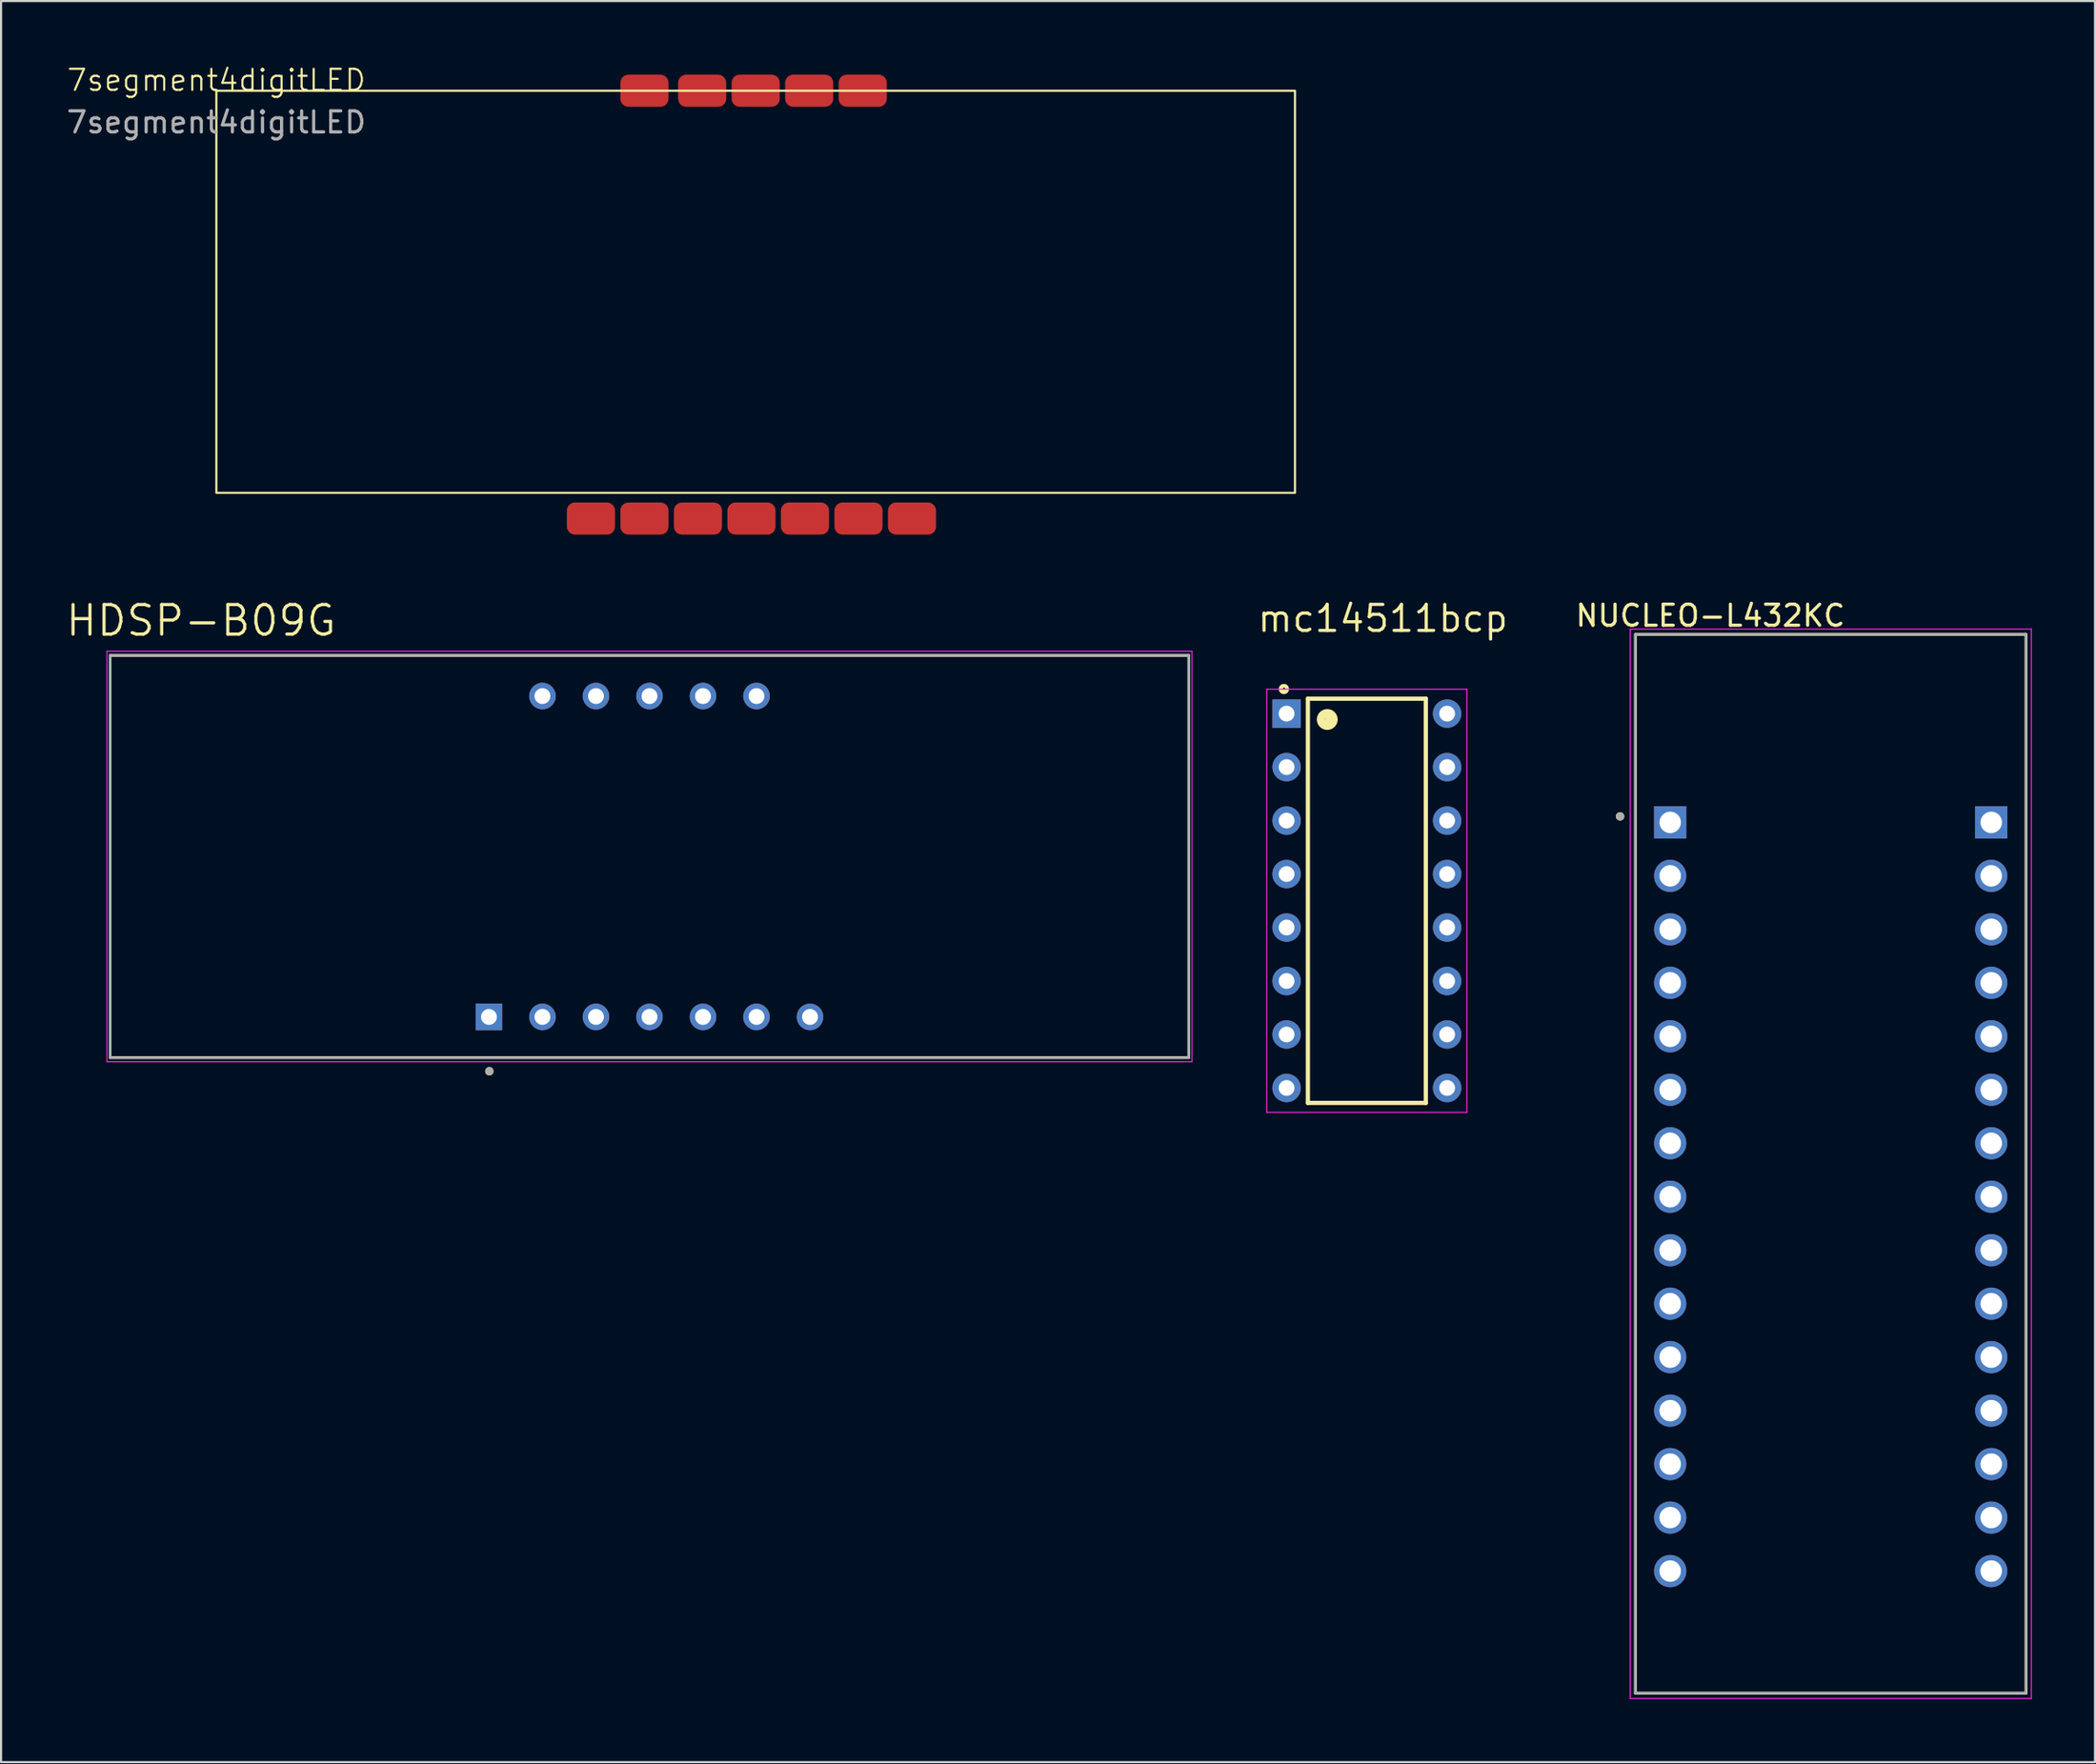
<source format=kicad_pcb>
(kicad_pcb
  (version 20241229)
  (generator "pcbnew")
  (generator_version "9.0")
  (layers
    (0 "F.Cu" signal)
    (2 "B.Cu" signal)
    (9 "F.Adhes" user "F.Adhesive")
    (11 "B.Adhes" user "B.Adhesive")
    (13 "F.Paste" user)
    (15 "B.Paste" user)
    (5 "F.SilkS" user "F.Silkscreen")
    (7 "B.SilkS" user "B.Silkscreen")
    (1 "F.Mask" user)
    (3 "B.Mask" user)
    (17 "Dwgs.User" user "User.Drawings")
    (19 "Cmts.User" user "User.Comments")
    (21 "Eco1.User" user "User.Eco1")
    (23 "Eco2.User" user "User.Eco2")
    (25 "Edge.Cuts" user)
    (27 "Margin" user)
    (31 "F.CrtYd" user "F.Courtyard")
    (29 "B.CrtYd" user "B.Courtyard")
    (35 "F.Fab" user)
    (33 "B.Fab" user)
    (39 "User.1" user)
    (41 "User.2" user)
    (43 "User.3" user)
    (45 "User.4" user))
  (footprint "HDSP-B09G"
    (layer "F.Cu")
    (at 27.779 37.631)
    (property "Reference" "HDSP-B09G" (at -21.285 -11.205 0) (layer "F.SilkS") (effects (font (size 1.402 1.402) (thickness 0.15))))
    (attr through_hole)
    (fp_line (start -25.6 -9.55) (end 25.6 -9.55) (stroke (width 0.127) (type solid)) (layer "F.SilkS"))
    (fp_line (start -25.6 9.55) (end -25.6 -9.55) (stroke (width 0.127) (type solid)) (layer "F.SilkS"))
    (fp_line (start 25.6 -9.55) (end 25.6 9.55) (stroke (width 0.127) (type solid)) (layer "F.SilkS"))
    (fp_line (start 25.6 9.55) (end -25.6 9.55) (stroke (width 0.127) (type solid)) (layer "F.SilkS"))
    (fp_circle (center -7.6 10.2) (end -7.5 10.2) (stroke (width 0.2) (type solid)) (fill no) (layer "F.SilkS"))
    (fp_line (start -25.75 -9.75) (end 25.75 -9.75) (stroke (width 0.05) (type solid)) (layer "F.CrtYd"))
    (fp_line (start -25.75 9.75) (end -25.75 -9.75) (stroke (width 0.05) (type solid)) (layer "F.CrtYd"))
    (fp_line (start 25.75 -9.75) (end 25.75 9.75) (stroke (width 0.05) (type solid)) (layer "F.CrtYd"))
    (fp_line (start 25.75 9.75) (end -25.75 9.75) (stroke (width 0.05) (type solid)) (layer "F.CrtYd"))
    (fp_line (start -25.6 -9.55) (end 25.6 -9.55) (stroke (width 0.127) (type solid)) (layer "F.Fab"))
    (fp_line (start -25.6 9.55) (end -25.6 -9.55) (stroke (width 0.127) (type solid)) (layer "F.Fab"))
    (fp_line (start 25.6 -9.55) (end 25.6 9.55) (stroke (width 0.127) (type solid)) (layer "F.Fab"))
    (fp_line (start 25.6 9.55) (end -25.6 9.55) (stroke (width 0.127) (type solid)) (layer "F.Fab"))
    (fp_circle (center -7.6 10.2) (end -7.5 10.2) (stroke (width 0.2) (type solid)) (fill no) (layer "F.Fab"))
    (pad "1" thru_hole rect (at -7.62 7.62) (size 1.262 1.262) (drill 0.754) (layers "*.Cu" "*.Mask"))
    (pad "2" thru_hole circle (at -5.08 7.62) (size 1.262 1.262) (drill 0.754) (layers "*.Cu" "*.Mask"))
    (pad "3" thru_hole circle (at -2.54 7.62) (size 1.262 1.262) (drill 0.754) (layers "*.Cu" "*.Mask"))
    (pad "4" thru_hole circle (at 0 7.62) (size 1.262 1.262) (drill 0.754) (layers "*.Cu" "*.Mask"))
    (pad "5" thru_hole circle (at 2.54 7.62) (size 1.262 1.262) (drill 0.754) (layers "*.Cu" "*.Mask"))
    (pad "6" thru_hole circle (at 5.08 7.62) (size 1.262 1.262) (drill 0.754) (layers "*.Cu" "*.Mask"))
    (pad "7" thru_hole circle (at 7.62 7.62) (size 1.262 1.262) (drill 0.754) (layers "*.Cu" "*.Mask"))
    (pad "8" thru_hole circle (at 5.08 -7.62) (size 1.262 1.262) (drill 0.754) (layers "*.Cu" "*.Mask"))
    (pad "9" thru_hole circle (at 2.54 -7.62) (size 1.262 1.262) (drill 0.754) (layers "*.Cu" "*.Mask"))
    (pad "10" thru_hole circle (at 0 -7.62) (size 1.262 1.262) (drill 0.754) (layers "*.Cu" "*.Mask"))
    (pad "11" thru_hole circle (at -2.54 -7.62) (size 1.262 1.262) (drill 0.754) (layers "*.Cu" "*.Mask"))
    (pad "12" thru_hole circle (at -5.08 -7.62) (size 1.262 1.262) (drill 0.754) (layers "*.Cu" "*.Mask")))
  (footprint "NUCLEO-L432KC"
    (layer "F.Cu")
    (at 83.85 52.226)
    (property "Reference" "NUCLEO-L432KC" (at -5.715 -26.035 0) (layer "F.SilkS") (effects (font (size 1 1) (thickness 0.15))))
    (attr through_hole)
    (fp_line (start -9.27 -25.145) (end 9.27 -25.145) (stroke (width 0.127) (type solid)) (layer "F.SilkS"))
    (fp_line (start -9.27 25.145) (end -9.27 -25.145) (stroke (width 0.127) (type solid)) (layer "F.SilkS"))
    (fp_line (start 9.27 -25.145) (end 9.27 25.145) (stroke (width 0.127) (type solid)) (layer "F.SilkS"))
    (fp_line (start 9.27 25.145) (end -9.27 25.145) (stroke (width 0.127) (type solid)) (layer "F.SilkS"))
    (fp_circle (center -10 -16.5) (end -9.9 -16.5) (stroke (width 0.2) (type solid)) (fill no) (layer "F.SilkS"))
    (fp_line (start -9.52 -25.395) (end 9.52 -25.395) (stroke (width 0.05) (type solid)) (layer "F.CrtYd"))
    (fp_line (start -9.52 25.395) (end -9.52 -25.395) (stroke (width 0.05) (type solid)) (layer "F.CrtYd"))
    (fp_line (start 9.52 -25.395) (end 9.52 25.395) (stroke (width 0.05) (type solid)) (layer "F.CrtYd"))
    (fp_line (start 9.52 25.395) (end -9.52 25.395) (stroke (width 0.05) (type solid)) (layer "F.CrtYd"))
    (fp_line (start -9.27 -25.145) (end 9.27 -25.145) (stroke (width 0.127) (type solid)) (layer "F.Fab"))
    (fp_line (start -9.27 25.145) (end -9.27 -25.145) (stroke (width 0.127) (type solid)) (layer "F.Fab"))
    (fp_line (start 9.27 -25.145) (end 9.27 25.145) (stroke (width 0.127) (type solid)) (layer "F.Fab"))
    (fp_line (start 9.27 25.145) (end -9.27 25.145) (stroke (width 0.127) (type solid)) (layer "F.Fab"))
    (fp_circle (center -10 -16.5) (end -9.9 -16.5) (stroke (width 0.2) (type solid)) (fill no) (layer "F.Fab"))
    (pad "CN3_1" thru_hole rect (at -7.62 -16.215) (size 1.53 1.53) (drill 1.02) (layers "*.Cu" "*.Mask"))
    (pad "CN3_2" thru_hole circle (at -7.62 -13.675) (size 1.53 1.53) (drill 1.02) (layers "*.Cu" "*.Mask"))
    (pad "CN3_3" thru_hole circle (at -7.62 -11.135) (size 1.53 1.53) (drill 1.02) (layers "*.Cu" "*.Mask"))
    (pad "CN3_4" thru_hole circle (at -7.62 -8.595) (size 1.53 1.53) (drill 1.02) (layers "*.Cu" "*.Mask"))
    (pad "CN3_5" thru_hole circle (at -7.62 -6.055) (size 1.53 1.53) (drill 1.02) (layers "*.Cu" "*.Mask"))
    (pad "CN3_6" thru_hole circle (at -7.62 -3.515) (size 1.53 1.53) (drill 1.02) (layers "*.Cu" "*.Mask"))
    (pad "CN3_7" thru_hole circle (at -7.62 -0.975) (size 1.53 1.53) (drill 1.02) (layers "*.Cu" "*.Mask"))
    (pad "CN3_8" thru_hole circle (at -7.62 1.565) (size 1.53 1.53) (drill 1.02) (layers "*.Cu" "*.Mask"))
    (pad "CN3_9" thru_hole circle (at -7.62 4.105) (size 1.53 1.53) (drill 1.02) (layers "*.Cu" "*.Mask"))
    (pad "CN3_10" thru_hole circle (at -7.62 6.645) (size 1.53 1.53) (drill 1.02) (layers "*.Cu" "*.Mask"))
    (pad "CN3_11" thru_hole circle (at -7.62 9.185) (size 1.53 1.53) (drill 1.02) (layers "*.Cu" "*.Mask"))
    (pad "CN3_12" thru_hole circle (at -7.62 11.725) (size 1.53 1.53) (drill 1.02) (layers "*.Cu" "*.Mask"))
    (pad "CN3_13" thru_hole circle (at -7.62 14.265) (size 1.53 1.53) (drill 1.02) (layers "*.Cu" "*.Mask"))
    (pad "CN3_14" thru_hole circle (at -7.62 16.805) (size 1.53 1.53) (drill 1.02) (layers "*.Cu" "*.Mask"))
    (pad "CN3_15" thru_hole circle (at -7.62 19.345) (size 1.53 1.53) (drill 1.02) (layers "*.Cu" "*.Mask"))
    (pad "CN4_1" thru_hole rect (at 7.62 -16.215) (size 1.53 1.53) (drill 1.02) (layers "*.Cu" "*.Mask"))
    (pad "CN4_2" thru_hole circle (at 7.62 -13.675) (size 1.53 1.53) (drill 1.02) (layers "*.Cu" "*.Mask"))
    (pad "CN4_3" thru_hole circle (at 7.62 -11.135) (size 1.53 1.53) (drill 1.02) (layers "*.Cu" "*.Mask"))
    (pad "CN4_4" thru_hole circle (at 7.62 -8.595) (size 1.53 1.53) (drill 1.02) (layers "*.Cu" "*.Mask"))
    (pad "CN4_5" thru_hole circle (at 7.62 -6.055) (size 1.53 1.53) (drill 1.02) (layers "*.Cu" "*.Mask"))
    (pad "CN4_6" thru_hole circle (at 7.62 -3.515) (size 1.53 1.53) (drill 1.02) (layers "*.Cu" "*.Mask"))
    (pad "CN4_7" thru_hole circle (at 7.62 -0.975) (size 1.53 1.53) (drill 1.02) (layers "*.Cu" "*.Mask"))
    (pad "CN4_8" thru_hole circle (at 7.62 1.565) (size 1.53 1.53) (drill 1.02) (layers "*.Cu" "*.Mask"))
    (pad "CN4_9" thru_hole circle (at 7.62 4.105) (size 1.53 1.53) (drill 1.02) (layers "*.Cu" "*.Mask"))
    (pad "CN4_10" thru_hole circle (at 7.62 6.645) (size 1.53 1.53) (drill 1.02) (layers "*.Cu" "*.Mask"))
    (pad "CN4_11" thru_hole circle (at 7.62 9.185) (size 1.53 1.53) (drill 1.02) (layers "*.Cu" "*.Mask"))
    (pad "CN4_12" thru_hole circle (at 7.62 11.725) (size 1.53 1.53) (drill 1.02) (layers "*.Cu" "*.Mask"))
    (pad "CN4_13" thru_hole circle (at 7.62 14.265) (size 1.53 1.53) (drill 1.02) (layers "*.Cu" "*.Mask"))
    (pad "CN4_14" thru_hole circle (at 7.62 16.805) (size 1.53 1.53) (drill 1.02) (layers "*.Cu" "*.Mask"))
    (pad "CN4_15" thru_hole circle (at 7.62 19.345) (size 1.53 1.53) (drill 1.02) (layers "*.Cu" "*.Mask")))
  (footprint "7segment4digitLED"
    (layer "F.Cu")
    (at 7.22 1.26)
    (property "Reference" "7segment4digitLED" (at 0 -0.5 0) (unlocked yes) (layer "F.SilkS") (effects (font (size 1 1) (thickness 0.1))))
    (attr smd)
    (fp_rect (start 0 0) (end 51.2 19.1) (stroke (width 0.1) (type default)) (fill no) (layer "F.SilkS"))
    (fp_text user "${REFERENCE}" (at 0 1.5 0) (unlocked yes) (layer "F.Fab") (effects (font (size 1 1) (thickness 0.15))))
    (pad "1" smd roundrect (at 17.78 20.32) (size 2.286 1.524) (layers "F.Cu" "F.Mask" "F.Paste") (roundrect_rratio 0.25))
    (pad "2" smd roundrect (at 20.32 20.32) (size 2.286 1.524) (layers "F.Cu" "F.Mask" "F.Paste") (roundrect_rratio 0.25))
    (pad "3" smd roundrect (at 22.86 20.32) (size 2.286 1.524) (layers "F.Cu" "F.Mask" "F.Paste") (roundrect_rratio 0.25))
    (pad "4" smd roundrect (at 25.4 20.32) (size 2.286 1.524) (layers "F.Cu" "F.Mask" "F.Paste") (roundrect_rratio 0.25))
    (pad "5" smd roundrect (at 27.94 20.32) (size 2.286 1.524) (layers "F.Cu" "F.Mask" "F.Paste") (roundrect_rratio 0.25))
    (pad "6" smd roundrect (at 30.48 20.32) (size 2.286 1.524) (layers "F.Cu" "F.Mask" "F.Paste") (roundrect_rratio 0.25))
    (pad "7" smd roundrect (at 33.02 20.32) (size 2.286 1.524) (layers "F.Cu" "F.Mask" "F.Paste") (roundrect_rratio 0.25))
    (pad "8" smd roundrect (at 30.68 0) (size 2.286 1.524) (layers "F.Cu" "F.Mask" "F.Paste") (roundrect_rratio 0.25))
    (pad "9" smd roundrect (at 28.14 0) (size 2.286 1.524) (layers "F.Cu" "F.Mask" "F.Paste") (roundrect_rratio 0.25))
    (pad "10" smd roundrect (at 25.6 0) (size 2.286 1.524) (layers "F.Cu" "F.Mask" "F.Paste") (roundrect_rratio 0.25))
    (pad "11" smd roundrect (at 23.06 0) (size 2.286 1.524) (layers "F.Cu" "F.Mask" "F.Paste") (roundrect_rratio 0.25))
    (pad "12" smd roundrect (at 20.32 0) (size 2.286 1.524) (layers "F.Cu" "F.Mask" "F.Paste") (roundrect_rratio 0.25)))
  (footprint "mc14511bcp"
    (layer "F.Cu")
    (at 61.831 39.735)
    (property "Reference" "mc14511bcp" (at 0.761 -13.407 0) (layer "F.SilkS") (effects (font (size 1.234 1.234) (thickness 0.15))))
    (attr through_hole)
    (fp_line (start -2.8 -9.6) (end 2.8 -9.6) (stroke (width 0.2) (type solid)) (layer "F.SilkS"))
    (fp_line (start -2.8 9.6) (end -2.8 -9.6) (stroke (width 0.2) (type solid)) (layer "F.SilkS"))
    (fp_line (start 2.8 -9.6) (end 2.8 9.6) (stroke (width 0.2) (type solid)) (layer "F.SilkS"))
    (fp_line (start 2.8 9.6) (end -2.8 9.6) (stroke (width 0.2) (type solid)) (layer "F.SilkS"))
    (fp_circle (center -3.937 -10.084) (end -3.88 -10.084) (stroke (width 0.127) (type solid)) (fill no) (layer "F.SilkS"))
    (fp_circle (center -3.937 -10.084) (end -3.823 -10.084) (stroke (width 0.127) (type solid)) (fill no) (layer "F.SilkS"))
    (fp_circle (center -3.937 -10.058) (end -3.757 -10.058) (stroke (width 0.127) (type solid)) (fill no) (layer "F.SilkS"))
    (fp_circle (center -1.981 -8.585) (end -1.838 -8.585) (stroke (width 0.127) (type solid)) (fill no) (layer "F.SilkS"))
    (fp_circle (center -1.956 -8.712) (end -1.808 -8.712) (stroke (width 0.127) (type solid)) (fill no) (layer "F.SilkS"))
    (fp_circle (center -1.88 -8.611) (end -1.7 -8.611) (stroke (width 0.127) (type solid)) (fill no) (layer "F.SilkS"))
    (fp_circle (center -1.88 -8.611) (end -1.61 -8.611) (stroke (width 0.127) (type solid)) (fill no) (layer "F.SilkS"))
    (fp_circle (center -1.88 -8.611) (end -1.538 -8.611) (stroke (width 0.127) (type solid)) (fill no) (layer "F.SilkS"))
    (fp_circle (center -1.88 -8.611) (end -1.448 -8.611) (stroke (width 0.127) (type solid)) (fill no) (layer "F.SilkS"))
    (fp_circle (center -1.854 -8.585) (end -1.774 -8.585) (stroke (width 0.127) (type solid)) (fill no) (layer "F.SilkS"))
    (fp_line (start -4.75 -10.05) (end 4.75 -10.05) (stroke (width 0.05) (type solid)) (layer "F.CrtYd"))
    (fp_line (start -4.75 10.05) (end -4.75 -10.05) (stroke (width 0.05) (type solid)) (layer "F.CrtYd"))
    (fp_line (start 4.75 -10.05) (end 4.75 10.05) (stroke (width 0.05) (type solid)) (layer "F.CrtYd"))
    (fp_line (start 4.75 10.05) (end -4.75 10.05) (stroke (width 0.05) (type solid)) (layer "F.CrtYd"))
    (pad "1" thru_hole rect (at -3.81 -8.89) (size 1.35 1.35) (drill 0.75) (layers "*.Cu" "*.Mask"))
    (pad "2" thru_hole circle (at -3.81 -6.35) (size 1.35 1.35) (drill 0.75) (layers "*.Cu" "*.Mask"))
    (pad "3" thru_hole circle (at -3.81 -3.81) (size 1.35 1.35) (drill 0.75) (layers "*.Cu" "*.Mask"))
    (pad "4" thru_hole circle (at -3.81 -1.27) (size 1.35 1.35) (drill 0.75) (layers "*.Cu" "*.Mask"))
    (pad "5" thru_hole circle (at -3.81 1.27) (size 1.35 1.35) (drill 0.75) (layers "*.Cu" "*.Mask"))
    (pad "6" thru_hole circle (at -3.81 3.81) (size 1.35 1.35) (drill 0.75) (layers "*.Cu" "*.Mask"))
    (pad "7" thru_hole circle (at -3.81 6.35) (size 1.35 1.35) (drill 0.75) (layers "*.Cu" "*.Mask"))
    (pad "8" thru_hole circle (at -3.81 8.89) (size 1.35 1.35) (drill 0.75) (layers "*.Cu" "*.Mask"))
    (pad "9" thru_hole circle (at 3.81 8.89) (size 1.35 1.35) (drill 0.75) (layers "*.Cu" "*.Mask"))
    (pad "10" thru_hole circle (at 3.81 6.35) (size 1.35 1.35) (drill 0.75) (layers "*.Cu" "*.Mask"))
    (pad "11" thru_hole circle (at 3.81 3.81) (size 1.35 1.35) (drill 0.75) (layers "*.Cu" "*.Mask"))
    (pad "12" thru_hole circle (at 3.81 1.27) (size 1.35 1.35) (drill 0.75) (layers "*.Cu" "*.Mask"))
    (pad "13" thru_hole circle (at 3.81 -1.27) (size 1.35 1.35) (drill 0.75) (layers "*.Cu" "*.Mask"))
    (pad "14" thru_hole circle (at 3.81 -3.81) (size 1.35 1.35) (drill 0.75) (layers "*.Cu" "*.Mask"))
    (pad "15" thru_hole circle (at 3.81 -6.35) (size 1.35 1.35) (drill 0.75) (layers "*.Cu" "*.Mask"))
    (pad "16" thru_hole circle (at 3.81 -8.89) (size 1.35 1.35) (drill 0.75) (layers "*.Cu" "*.Mask")))
  (gr_rect
    (start -3 -3)
    (end 96.395 80.646)
    (stroke (width 0.1) (type default))
    (fill no)
    (layer "Edge.Cuts")))
</source>
